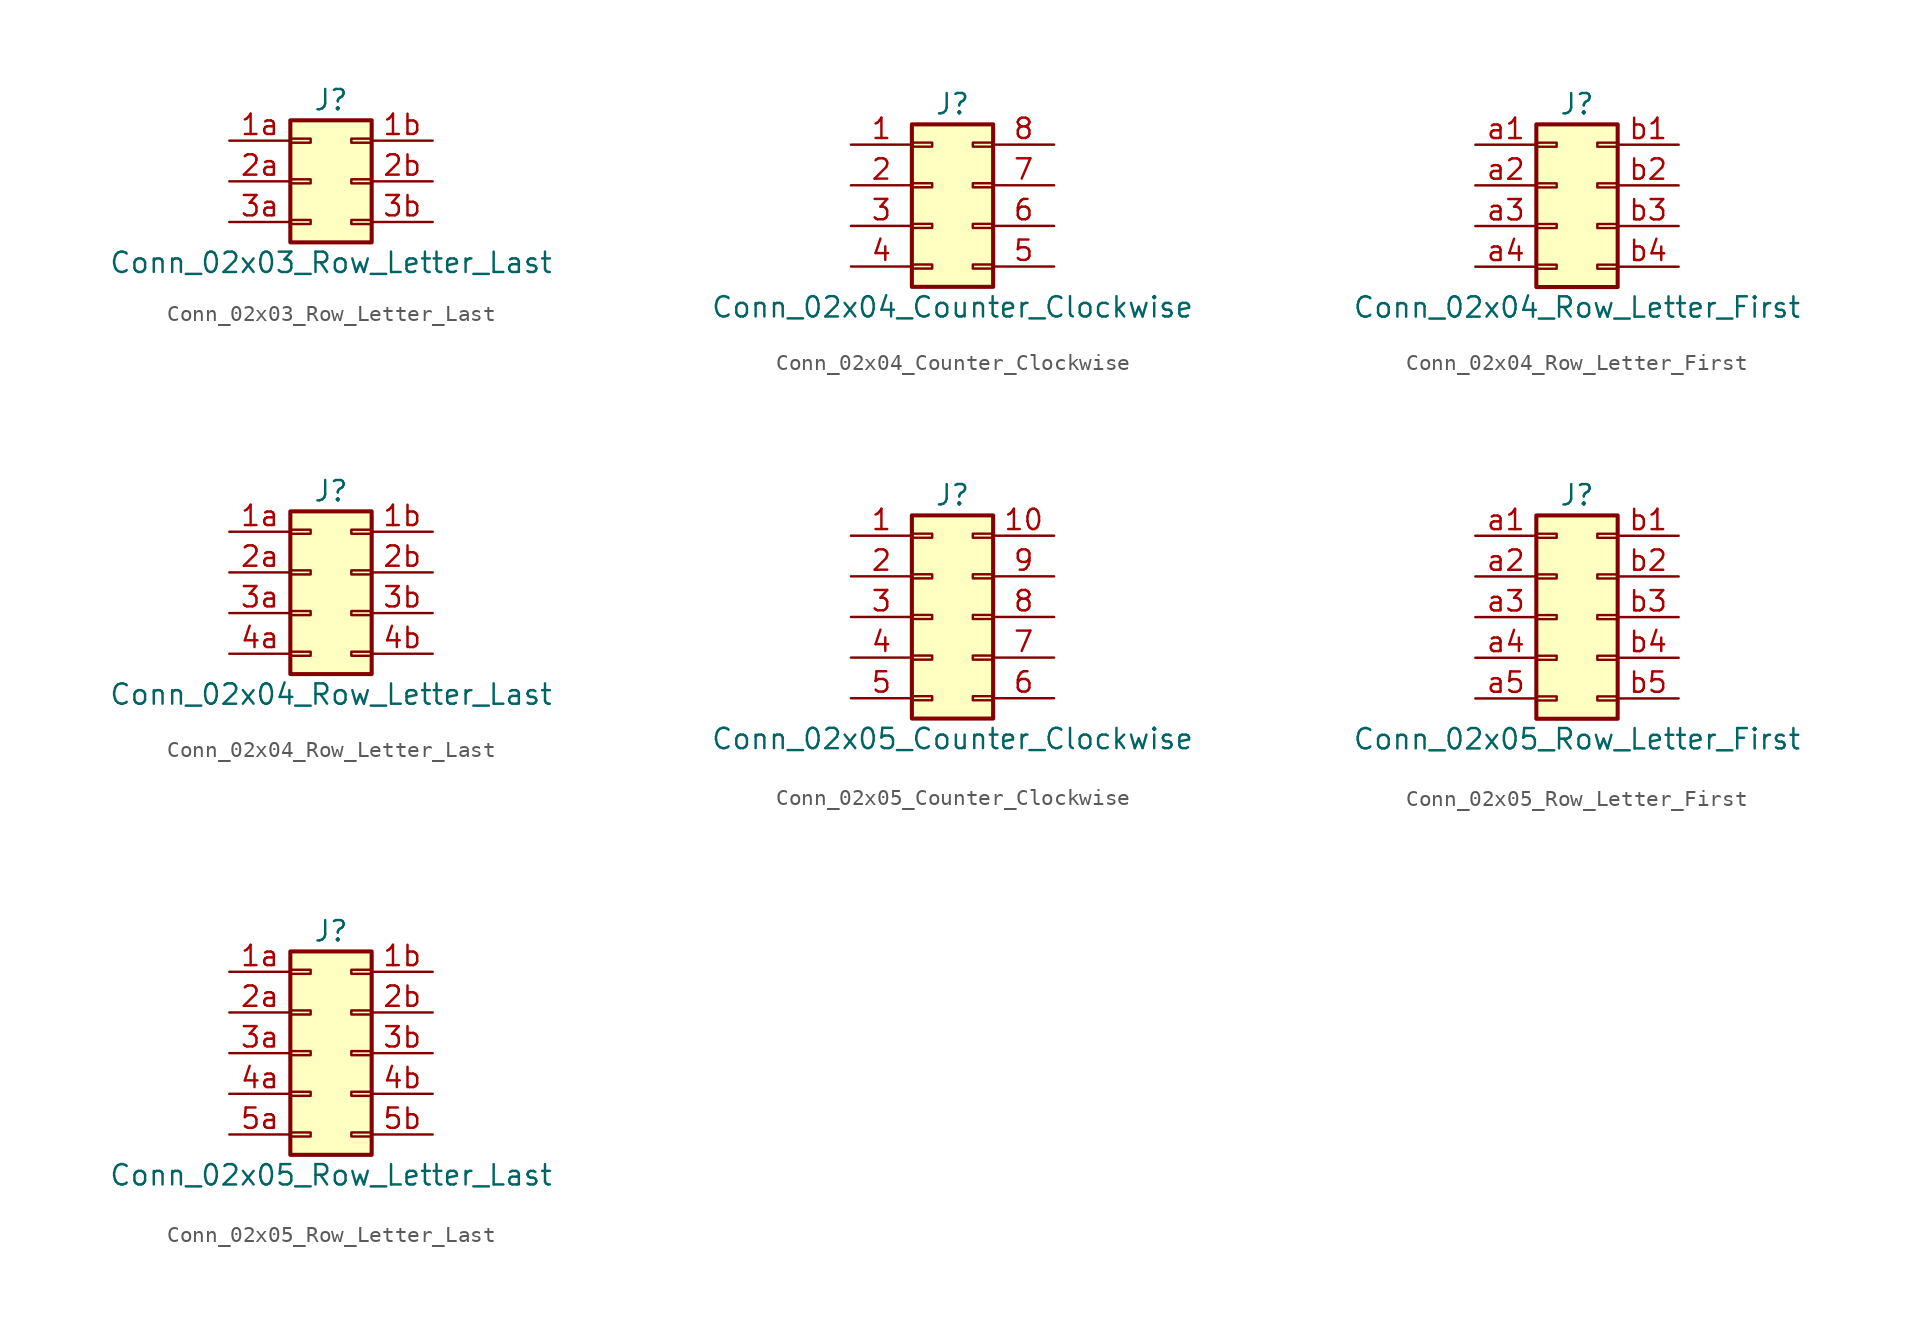
<source format=kicad_sym>
(kicad_symbol_lib
  (version 20220914)
  (generator kicad_symbol_editor)
  (symbol "Conn_02x03_Row_Letter_Last"
    (pin_names
      (offset 1.016) hide)
    (property "Reference" "J"
      (at 1.27 5.08 0)
      (effects (font (size 1.27 1.27))))
    (property "Value" "Conn_02x03_Row_Letter_Last"
      (at 1.27 -5.08 0)
      (effects (font (size 1.27 1.27))))
    (symbol "Conn_02x03_Row_Letter_Last_1_1"
      (rectangle (start -1.27 -2.413) (end 0 -2.667) (stroke (width 0.152) (type solid)) (fill (type none)))
      (rectangle (start -1.27 0.127) (end 0 -0.127) (stroke (width 0.152) (type solid)) (fill (type none)))
      (rectangle (start -1.27 2.667) (end 0 2.413) (stroke (width 0.152) (type solid)) (fill (type none)))
      (rectangle (start -1.27 3.81) (end 3.81 -3.81) (stroke (width 0.254) (type solid)) (fill (type background)))
      (rectangle (start 3.81 -2.413) (end 2.54 -2.667) (stroke (width 0.152) (type solid)) (fill (type none)))
      (rectangle (start 3.81 0.127) (end 2.54 -0.127) (stroke (width 0.152) (type solid)) (fill (type none)))
      (rectangle (start 3.81 2.667) (end 2.54 2.413) (stroke (width 0.152) (type solid)) (fill (type none)))
      (pin passive line (at -5.08 2.54 0) (length 3.81) (name "Pin_1a" (effects (font (size 1.27 1.27)))) (number "1a" (effects (font (size 1.27 1.27)))))
      (pin passive line (at 7.62 2.54 180) (length 3.81) (name "Pin_1b" (effects (font (size 1.27 1.27)))) (number "1b" (effects (font (size 1.27 1.27)))))
      (pin passive line (at -5.08 0 0) (length 3.81) (name "Pin_2a" (effects (font (size 1.27 1.27)))) (number "2a" (effects (font (size 1.27 1.27)))))
      (pin passive line (at 7.62 0 180) (length 3.81) (name "Pin_2b" (effects (font (size 1.27 1.27)))) (number "2b" (effects (font (size 1.27 1.27)))))
      (pin passive line (at -5.08 -2.54 0) (length 3.81) (name "Pin_3a" (effects (font (size 1.27 1.27)))) (number "3a" (effects (font (size 1.27 1.27)))))
      (pin passive line (at 7.62 -2.54 180) (length 3.81) (name "Pin_3b" (effects (font (size 1.27 1.27)))) (number "3b" (effects (font (size 1.27 1.27)))))))
  (symbol "Conn_02x04_Counter_Clockwise"
    (pin_names
      (offset 1.016) hide)
    (property "Reference" "J"
      (at 1.27 5.08 0)
      (effects (font (size 1.27 1.27))))
    (property "Value" "Conn_02x04_Counter_Clockwise"
      (at 1.27 -7.62 0)
      (effects (font (size 1.27 1.27))))
    (symbol "Conn_02x04_Counter_Clockwise_1_1"
      (rectangle (start -1.27 -4.953) (end 0 -5.207) (stroke (width 0.152) (type solid)) (fill (type none)))
      (rectangle (start -1.27 -2.413) (end 0 -2.667) (stroke (width 0.152) (type solid)) (fill (type none)))
      (rectangle (start -1.27 0.127) (end 0 -0.127) (stroke (width 0.152) (type solid)) (fill (type none)))
      (rectangle (start -1.27 2.667) (end 0 2.413) (stroke (width 0.152) (type solid)) (fill (type none)))
      (rectangle (start -1.27 3.81) (end 3.81 -6.35) (stroke (width 0.254) (type solid)) (fill (type background)))
      (rectangle (start 3.81 -4.953) (end 2.54 -5.207) (stroke (width 0.152) (type solid)) (fill (type none)))
      (rectangle (start 3.81 -2.413) (end 2.54 -2.667) (stroke (width 0.152) (type solid)) (fill (type none)))
      (rectangle (start 3.81 0.127) (end 2.54 -0.127) (stroke (width 0.152) (type solid)) (fill (type none)))
      (rectangle (start 3.81 2.667) (end 2.54 2.413) (stroke (width 0.152) (type solid)) (fill (type none)))
      (pin passive line (at -5.08 2.54 0) (length 3.81) (name "Pin_1" (effects (font (size 1.27 1.27)))) (number "1" (effects (font (size 1.27 1.27)))))
      (pin passive line (at -5.08 0 0) (length 3.81) (name "Pin_2" (effects (font (size 1.27 1.27)))) (number "2" (effects (font (size 1.27 1.27)))))
      (pin passive line (at -5.08 -2.54 0) (length 3.81) (name "Pin_3" (effects (font (size 1.27 1.27)))) (number "3" (effects (font (size 1.27 1.27)))))
      (pin passive line (at -5.08 -5.08 0) (length 3.81) (name "Pin_4" (effects (font (size 1.27 1.27)))) (number "4" (effects (font (size 1.27 1.27)))))
      (pin passive line (at 7.62 -5.08 180) (length 3.81) (name "Pin_5" (effects (font (size 1.27 1.27)))) (number "5" (effects (font (size 1.27 1.27)))))
      (pin passive line (at 7.62 -2.54 180) (length 3.81) (name "Pin_6" (effects (font (size 1.27 1.27)))) (number "6" (effects (font (size 1.27 1.27)))))
      (pin passive line (at 7.62 0 180) (length 3.81) (name "Pin_7" (effects (font (size 1.27 1.27)))) (number "7" (effects (font (size 1.27 1.27)))))
      (pin passive line (at 7.62 2.54 180) (length 3.81) (name "Pin_8" (effects (font (size 1.27 1.27)))) (number "8" (effects (font (size 1.27 1.27)))))))
  (symbol "Conn_02x04_Row_Letter_First"
    (pin_names
      (offset 1.016) hide)
    (property "Reference" "J"
      (at 1.27 5.08 0)
      (effects (font (size 1.27 1.27))))
    (property "Value" "Conn_02x04_Row_Letter_First"
      (at 1.27 -7.62 0)
      (effects (font (size 1.27 1.27))))
    (symbol "Conn_02x04_Row_Letter_First_1_1"
      (rectangle (start -1.27 -4.953) (end 0 -5.207) (stroke (width 0.152) (type solid)) (fill (type none)))
      (rectangle (start -1.27 -2.413) (end 0 -2.667) (stroke (width 0.152) (type solid)) (fill (type none)))
      (rectangle (start -1.27 0.127) (end 0 -0.127) (stroke (width 0.152) (type solid)) (fill (type none)))
      (rectangle (start -1.27 2.667) (end 0 2.413) (stroke (width 0.152) (type solid)) (fill (type none)))
      (rectangle (start -1.27 3.81) (end 3.81 -6.35) (stroke (width 0.254) (type solid)) (fill (type background)))
      (rectangle (start 3.81 -4.953) (end 2.54 -5.207) (stroke (width 0.152) (type solid)) (fill (type none)))
      (rectangle (start 3.81 -2.413) (end 2.54 -2.667) (stroke (width 0.152) (type solid)) (fill (type none)))
      (rectangle (start 3.81 0.127) (end 2.54 -0.127) (stroke (width 0.152) (type solid)) (fill (type none)))
      (rectangle (start 3.81 2.667) (end 2.54 2.413) (stroke (width 0.152) (type solid)) (fill (type none)))
      (pin passive line (at -5.08 2.54 0) (length 3.81) (name "Pin_a1" (effects (font (size 1.27 1.27)))) (number "a1" (effects (font (size 1.27 1.27)))))
      (pin passive line (at -5.08 0 0) (length 3.81) (name "Pin_a2" (effects (font (size 1.27 1.27)))) (number "a2" (effects (font (size 1.27 1.27)))))
      (pin passive line (at -5.08 -2.54 0) (length 3.81) (name "Pin_a3" (effects (font (size 1.27 1.27)))) (number "a3" (effects (font (size 1.27 1.27)))))
      (pin passive line (at -5.08 -5.08 0) (length 3.81) (name "Pin_a4" (effects (font (size 1.27 1.27)))) (number "a4" (effects (font (size 1.27 1.27)))))
      (pin passive line (at 7.62 2.54 180) (length 3.81) (name "Pin_b1" (effects (font (size 1.27 1.27)))) (number "b1" (effects (font (size 1.27 1.27)))))
      (pin passive line (at 7.62 0 180) (length 3.81) (name "Pin_b2" (effects (font (size 1.27 1.27)))) (number "b2" (effects (font (size 1.27 1.27)))))
      (pin passive line (at 7.62 -2.54 180) (length 3.81) (name "Pin_b3" (effects (font (size 1.27 1.27)))) (number "b3" (effects (font (size 1.27 1.27)))))
      (pin passive line (at 7.62 -5.08 180) (length 3.81) (name "Pin_b4" (effects (font (size 1.27 1.27)))) (number "b4" (effects (font (size 1.27 1.27)))))))
  (symbol "Conn_02x04_Row_Letter_Last"
    (pin_names
      (offset 1.016) hide)
    (property "Reference" "J"
      (at 1.27 5.08 0)
      (effects (font (size 1.27 1.27))))
    (property "Value" "Conn_02x04_Row_Letter_Last"
      (at 1.27 -7.62 0)
      (effects (font (size 1.27 1.27))))
    (symbol "Conn_02x04_Row_Letter_Last_1_1"
      (rectangle (start -1.27 -4.953) (end 0 -5.207) (stroke (width 0.152) (type solid)) (fill (type none)))
      (rectangle (start -1.27 -2.413) (end 0 -2.667) (stroke (width 0.152) (type solid)) (fill (type none)))
      (rectangle (start -1.27 0.127) (end 0 -0.127) (stroke (width 0.152) (type solid)) (fill (type none)))
      (rectangle (start -1.27 2.667) (end 0 2.413) (stroke (width 0.152) (type solid)) (fill (type none)))
      (rectangle (start -1.27 3.81) (end 3.81 -6.35) (stroke (width 0.254) (type solid)) (fill (type background)))
      (rectangle (start 3.81 -4.953) (end 2.54 -5.207) (stroke (width 0.152) (type solid)) (fill (type none)))
      (rectangle (start 3.81 -2.413) (end 2.54 -2.667) (stroke (width 0.152) (type solid)) (fill (type none)))
      (rectangle (start 3.81 0.127) (end 2.54 -0.127) (stroke (width 0.152) (type solid)) (fill (type none)))
      (rectangle (start 3.81 2.667) (end 2.54 2.413) (stroke (width 0.152) (type solid)) (fill (type none)))
      (pin passive line (at -5.08 2.54 0) (length 3.81) (name "Pin_1a" (effects (font (size 1.27 1.27)))) (number "1a" (effects (font (size 1.27 1.27)))))
      (pin passive line (at 7.62 2.54 180) (length 3.81) (name "Pin_1b" (effects (font (size 1.27 1.27)))) (number "1b" (effects (font (size 1.27 1.27)))))
      (pin passive line (at -5.08 0 0) (length 3.81) (name "Pin_2a" (effects (font (size 1.27 1.27)))) (number "2a" (effects (font (size 1.27 1.27)))))
      (pin passive line (at 7.62 0 180) (length 3.81) (name "Pin_2b" (effects (font (size 1.27 1.27)))) (number "2b" (effects (font (size 1.27 1.27)))))
      (pin passive line (at -5.08 -2.54 0) (length 3.81) (name "Pin_3a" (effects (font (size 1.27 1.27)))) (number "3a" (effects (font (size 1.27 1.27)))))
      (pin passive line (at 7.62 -2.54 180) (length 3.81) (name "Pin_3b" (effects (font (size 1.27 1.27)))) (number "3b" (effects (font (size 1.27 1.27)))))
      (pin passive line (at -5.08 -5.08 0) (length 3.81) (name "Pin_4a" (effects (font (size 1.27 1.27)))) (number "4a" (effects (font (size 1.27 1.27)))))
      (pin passive line (at 7.62 -5.08 180) (length 3.81) (name "Pin_4b" (effects (font (size 1.27 1.27)))) (number "4b" (effects (font (size 1.27 1.27)))))))
  (symbol "Conn_02x05_Counter_Clockwise"
    (pin_names
      (offset 1.016) hide)
    (property "Reference" "J"
      (at 1.27 7.62 0)
      (effects (font (size 1.27 1.27))))
    (property "Value" "Conn_02x05_Counter_Clockwise"
      (at 1.27 -7.62 0)
      (effects (font (size 1.27 1.27))))
    (symbol "Conn_02x05_Counter_Clockwise_1_1"
      (rectangle (start -1.27 -4.953) (end 0 -5.207) (stroke (width 0.152) (type solid)) (fill (type none)))
      (rectangle (start -1.27 -2.413) (end 0 -2.667) (stroke (width 0.152) (type solid)) (fill (type none)))
      (rectangle (start -1.27 0.127) (end 0 -0.127) (stroke (width 0.152) (type solid)) (fill (type none)))
      (rectangle (start -1.27 2.667) (end 0 2.413) (stroke (width 0.152) (type solid)) (fill (type none)))
      (rectangle (start -1.27 5.207) (end 0 4.953) (stroke (width 0.152) (type solid)) (fill (type none)))
      (rectangle (start -1.27 6.35) (end 3.81 -6.35) (stroke (width 0.254) (type solid)) (fill (type background)))
      (rectangle (start 3.81 -4.953) (end 2.54 -5.207) (stroke (width 0.152) (type solid)) (fill (type none)))
      (rectangle (start 3.81 -2.413) (end 2.54 -2.667) (stroke (width 0.152) (type solid)) (fill (type none)))
      (rectangle (start 3.81 0.127) (end 2.54 -0.127) (stroke (width 0.152) (type solid)) (fill (type none)))
      (rectangle (start 3.81 2.667) (end 2.54 2.413) (stroke (width 0.152) (type solid)) (fill (type none)))
      (rectangle (start 3.81 5.207) (end 2.54 4.953) (stroke (width 0.152) (type solid)) (fill (type none)))
      (pin passive line (at -5.08 5.08 0) (length 3.81) (name "Pin_1" (effects (font (size 1.27 1.27)))) (number "1" (effects (font (size 1.27 1.27)))))
      (pin passive line (at 7.62 5.08 180) (length 3.81) (name "Pin_10" (effects (font (size 1.27 1.27)))) (number "10" (effects (font (size 1.27 1.27)))))
      (pin passive line (at -5.08 2.54 0) (length 3.81) (name "Pin_2" (effects (font (size 1.27 1.27)))) (number "2" (effects (font (size 1.27 1.27)))))
      (pin passive line (at -5.08 0 0) (length 3.81) (name "Pin_3" (effects (font (size 1.27 1.27)))) (number "3" (effects (font (size 1.27 1.27)))))
      (pin passive line (at -5.08 -2.54 0) (length 3.81) (name "Pin_4" (effects (font (size 1.27 1.27)))) (number "4" (effects (font (size 1.27 1.27)))))
      (pin passive line (at -5.08 -5.08 0) (length 3.81) (name "Pin_5" (effects (font (size 1.27 1.27)))) (number "5" (effects (font (size 1.27 1.27)))))
      (pin passive line (at 7.62 -5.08 180) (length 3.81) (name "Pin_6" (effects (font (size 1.27 1.27)))) (number "6" (effects (font (size 1.27 1.27)))))
      (pin passive line (at 7.62 -2.54 180) (length 3.81) (name "Pin_7" (effects (font (size 1.27 1.27)))) (number "7" (effects (font (size 1.27 1.27)))))
      (pin passive line (at 7.62 0 180) (length 3.81) (name "Pin_8" (effects (font (size 1.27 1.27)))) (number "8" (effects (font (size 1.27 1.27)))))
      (pin passive line (at 7.62 2.54 180) (length 3.81) (name "Pin_9" (effects (font (size 1.27 1.27)))) (number "9" (effects (font (size 1.27 1.27)))))))
  (symbol "Conn_02x05_Row_Letter_First"
    (pin_names
      (offset 1.016) hide)
    (property "Reference" "J"
      (at 1.27 7.62 0)
      (effects (font (size 1.27 1.27))))
    (property "Value" "Conn_02x05_Row_Letter_First"
      (at 1.27 -7.62 0)
      (effects (font (size 1.27 1.27))))
    (symbol "Conn_02x05_Row_Letter_First_1_1"
      (rectangle (start -1.27 -4.953) (end 0 -5.207) (stroke (width 0.152) (type solid)) (fill (type none)))
      (rectangle (start -1.27 -2.413) (end 0 -2.667) (stroke (width 0.152) (type solid)) (fill (type none)))
      (rectangle (start -1.27 0.127) (end 0 -0.127) (stroke (width 0.152) (type solid)) (fill (type none)))
      (rectangle (start -1.27 2.667) (end 0 2.413) (stroke (width 0.152) (type solid)) (fill (type none)))
      (rectangle (start -1.27 5.207) (end 0 4.953) (stroke (width 0.152) (type solid)) (fill (type none)))
      (rectangle (start -1.27 6.35) (end 3.81 -6.35) (stroke (width 0.254) (type solid)) (fill (type background)))
      (rectangle (start 3.81 -4.953) (end 2.54 -5.207) (stroke (width 0.152) (type solid)) (fill (type none)))
      (rectangle (start 3.81 -2.413) (end 2.54 -2.667) (stroke (width 0.152) (type solid)) (fill (type none)))
      (rectangle (start 3.81 0.127) (end 2.54 -0.127) (stroke (width 0.152) (type solid)) (fill (type none)))
      (rectangle (start 3.81 2.667) (end 2.54 2.413) (stroke (width 0.152) (type solid)) (fill (type none)))
      (rectangle (start 3.81 5.207) (end 2.54 4.953) (stroke (width 0.152) (type solid)) (fill (type none)))
      (pin passive line (at -5.08 5.08 0) (length 3.81) (name "Pin_a1" (effects (font (size 1.27 1.27)))) (number "a1" (effects (font (size 1.27 1.27)))))
      (pin passive line (at -5.08 2.54 0) (length 3.81) (name "Pin_a2" (effects (font (size 1.27 1.27)))) (number "a2" (effects (font (size 1.27 1.27)))))
      (pin passive line (at -5.08 0 0) (length 3.81) (name "Pin_a3" (effects (font (size 1.27 1.27)))) (number "a3" (effects (font (size 1.27 1.27)))))
      (pin passive line (at -5.08 -2.54 0) (length 3.81) (name "Pin_a4" (effects (font (size 1.27 1.27)))) (number "a4" (effects (font (size 1.27 1.27)))))
      (pin passive line (at -5.08 -5.08 0) (length 3.81) (name "Pin_a5" (effects (font (size 1.27 1.27)))) (number "a5" (effects (font (size 1.27 1.27)))))
      (pin passive line (at 7.62 5.08 180) (length 3.81) (name "Pin_b1" (effects (font (size 1.27 1.27)))) (number "b1" (effects (font (size 1.27 1.27)))))
      (pin passive line (at 7.62 2.54 180) (length 3.81) (name "Pin_b2" (effects (font (size 1.27 1.27)))) (number "b2" (effects (font (size 1.27 1.27)))))
      (pin passive line (at 7.62 0 180) (length 3.81) (name "Pin_b3" (effects (font (size 1.27 1.27)))) (number "b3" (effects (font (size 1.27 1.27)))))
      (pin passive line (at 7.62 -2.54 180) (length 3.81) (name "Pin_b4" (effects (font (size 1.27 1.27)))) (number "b4" (effects (font (size 1.27 1.27)))))
      (pin passive line (at 7.62 -5.08 180) (length 3.81) (name "Pin_b5" (effects (font (size 1.27 1.27)))) (number "b5" (effects (font (size 1.27 1.27)))))))
  (symbol "Conn_02x05_Row_Letter_Last"
    (pin_names
      (offset 1.016) hide)
    (property "Reference" "J"
      (at 1.27 7.62 0)
      (effects (font (size 1.27 1.27))))
    (property "Value" "Conn_02x05_Row_Letter_Last"
      (at 1.27 -7.62 0)
      (effects (font (size 1.27 1.27))))
    (symbol "Conn_02x05_Row_Letter_Last_1_1"
      (rectangle (start -1.27 -4.953) (end 0 -5.207) (stroke (width 0.152) (type solid)) (fill (type none)))
      (rectangle (start -1.27 -2.413) (end 0 -2.667) (stroke (width 0.152) (type solid)) (fill (type none)))
      (rectangle (start -1.27 0.127) (end 0 -0.127) (stroke (width 0.152) (type solid)) (fill (type none)))
      (rectangle (start -1.27 2.667) (end 0 2.413) (stroke (width 0.152) (type solid)) (fill (type none)))
      (rectangle (start -1.27 5.207) (end 0 4.953) (stroke (width 0.152) (type solid)) (fill (type none)))
      (rectangle (start -1.27 6.35) (end 3.81 -6.35) (stroke (width 0.254) (type solid)) (fill (type background)))
      (rectangle (start 3.81 -4.953) (end 2.54 -5.207) (stroke (width 0.152) (type solid)) (fill (type none)))
      (rectangle (start 3.81 -2.413) (end 2.54 -2.667) (stroke (width 0.152) (type solid)) (fill (type none)))
      (rectangle (start 3.81 0.127) (end 2.54 -0.127) (stroke (width 0.152) (type solid)) (fill (type none)))
      (rectangle (start 3.81 2.667) (end 2.54 2.413) (stroke (width 0.152) (type solid)) (fill (type none)))
      (rectangle (start 3.81 5.207) (end 2.54 4.953) (stroke (width 0.152) (type solid)) (fill (type none)))
      (pin passive line (at -5.08 5.08 0) (length 3.81) (name "Pin_1a" (effects (font (size 1.27 1.27)))) (number "1a" (effects (font (size 1.27 1.27)))))
      (pin passive line (at 7.62 5.08 180) (length 3.81) (name "Pin_1b" (effects (font (size 1.27 1.27)))) (number "1b" (effects (font (size 1.27 1.27)))))
      (pin passive line (at -5.08 2.54 0) (length 3.81) (name "Pin_2a" (effects (font (size 1.27 1.27)))) (number "2a" (effects (font (size 1.27 1.27)))))
      (pin passive line (at 7.62 2.54 180) (length 3.81) (name "Pin_2b" (effects (font (size 1.27 1.27)))) (number "2b" (effects (font (size 1.27 1.27)))))
      (pin passive line (at -5.08 0 0) (length 3.81) (name "Pin_3a" (effects (font (size 1.27 1.27)))) (number "3a" (effects (font (size 1.27 1.27)))))
      (pin passive line (at 7.62 0 180) (length 3.81) (name "Pin_3b" (effects (font (size 1.27 1.27)))) (number "3b" (effects (font (size 1.27 1.27)))))
      (pin passive line (at -5.08 -2.54 0) (length 3.81) (name "Pin_4a" (effects (font (size 1.27 1.27)))) (number "4a" (effects (font (size 1.27 1.27)))))
      (pin passive line (at 7.62 -2.54 180) (length 3.81) (name "Pin_4b" (effects (font (size 1.27 1.27)))) (number "4b" (effects (font (size 1.27 1.27)))))
      (pin passive line (at -5.08 -5.08 0) (length 3.81) (name "Pin_5a" (effects (font (size 1.27 1.27)))) (number "5a" (effects (font (size 1.27 1.27)))))
      (pin passive line (at 7.62 -5.08 180) (length 3.81) (name "Pin_5b" (effects (font (size 1.27 1.27)))) (number "5b" (effects (font (size 1.27 1.27))))))))
</source>
